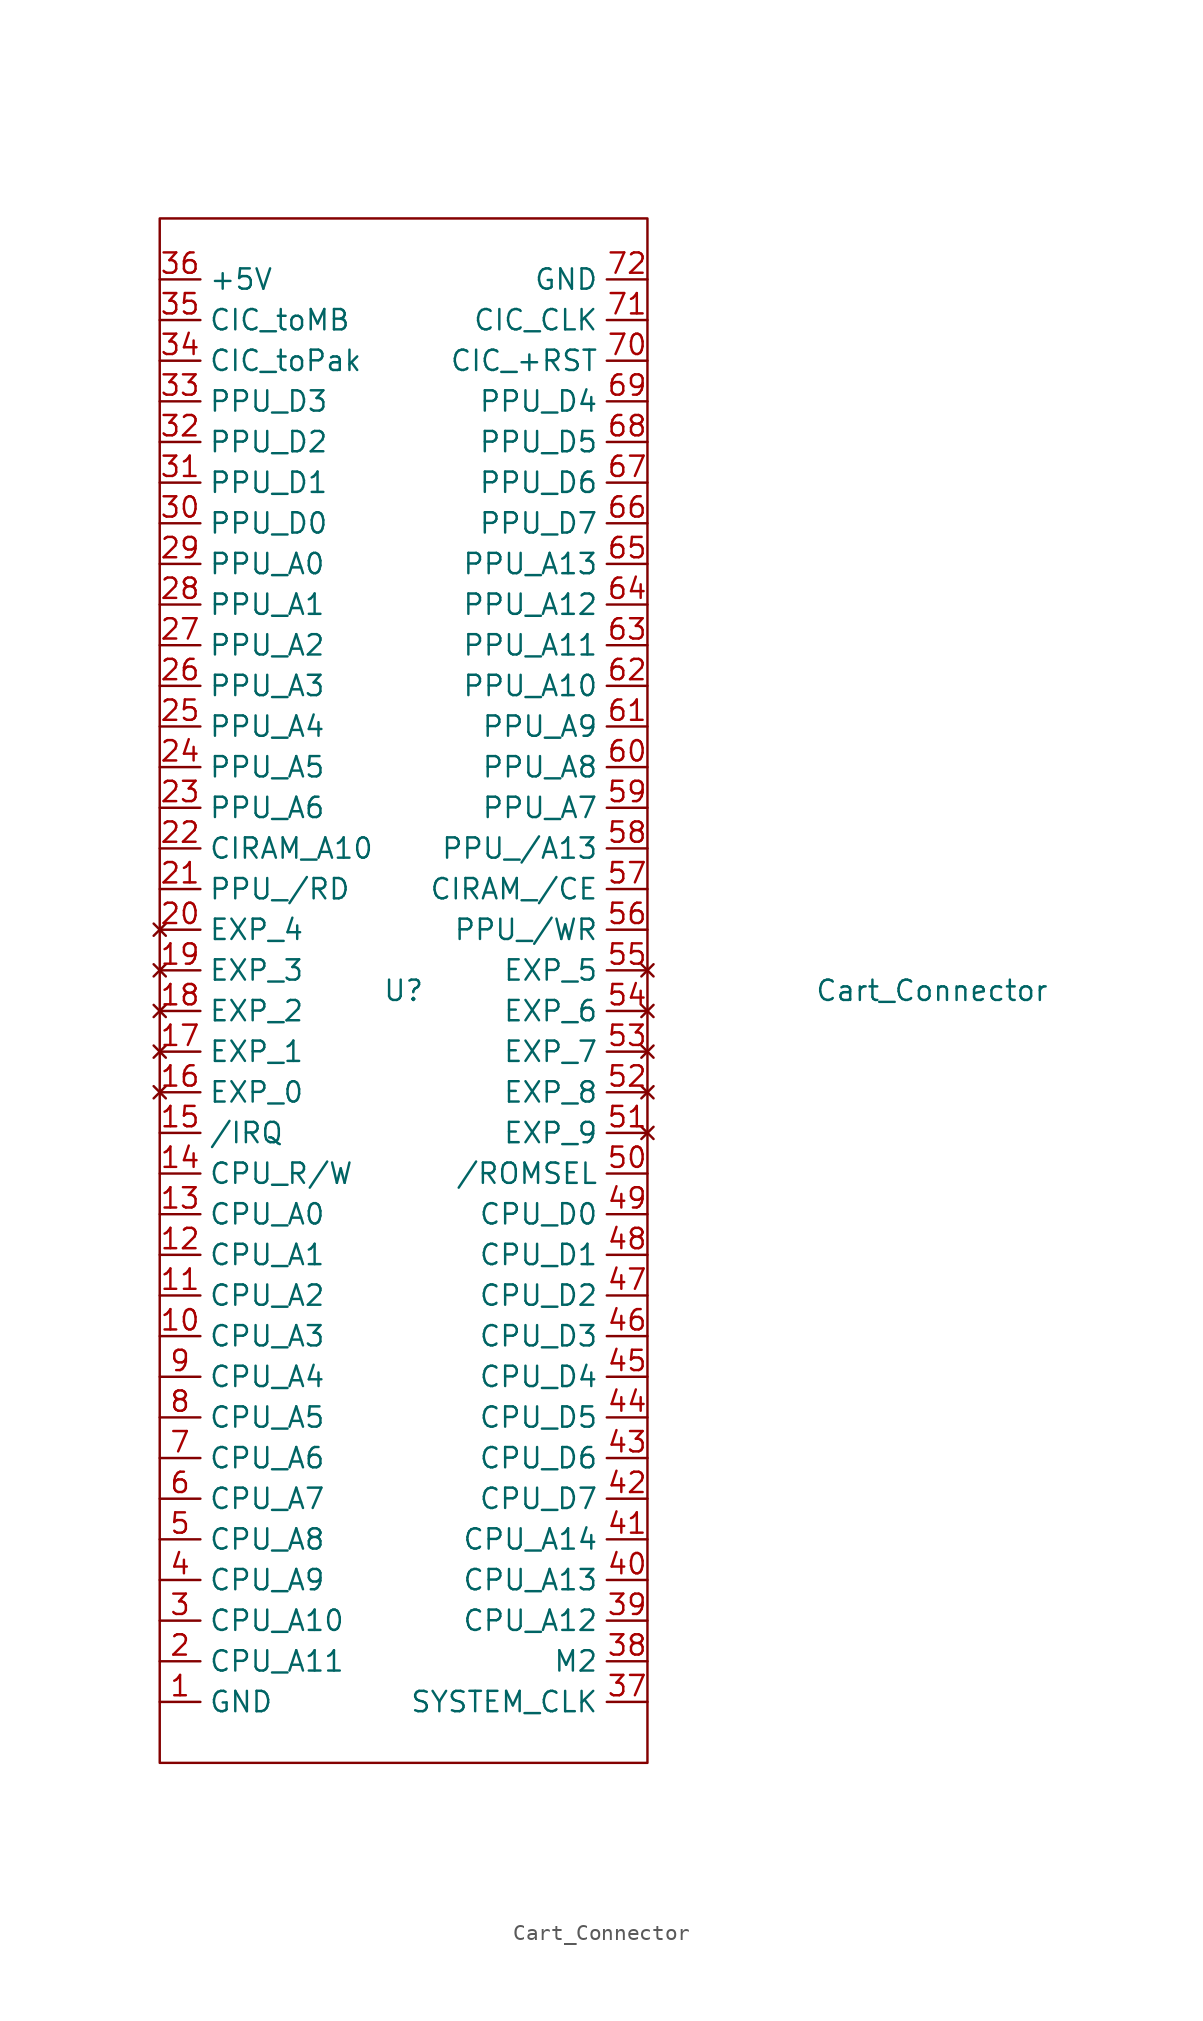
<source format=kicad_sym>
(kicad_symbol_lib
  (version 20241209)
  (generator "kicad_symbol_editor")
  (generator_version "9.0")
  (symbol "Cart_Connector"
    (property "Reference" "U"
      (at 0 0 0)
      (effects (font (size 1.27 1.27))))
    (property "Value" "Cart_Connector"
      (at 33.02 0 0)
      (effects (font (size 1.27 1.27))))
    (symbol "Cart_Connector_0_1"
      (rectangle (start -15.24 48.26) (end 15.24 -48.26) (stroke (width 0) (type default)) (fill (type none))))
    (symbol "Cart_Connector_1_1"
      (pin power_in line (at -15.24 44.45 0) (length 2.54) (name "+5V" (effects (font (size 1.27 1.27)))) (number "36" (effects (font (size 1.27 1.27)))))
      (pin output line (at -15.24 41.91 0) (length 2.54) (name "CIC_toMB" (effects (font (size 1.27 1.27)))) (number "35" (effects (font (size 1.27 1.27)))))
      (pin input line (at -15.24 39.37 0) (length 2.54) (name "CIC_toPak" (effects (font (size 1.27 1.27)))) (number "34" (effects (font (size 1.27 1.27)))))
      (pin bidirectional line (at -15.24 36.83 0) (length 2.54) (name "PPU_D3" (effects (font (size 1.27 1.27)))) (number "33" (effects (font (size 1.27 1.27)))))
      (pin bidirectional line (at -15.24 34.29 0) (length 2.54) (name "PPU_D2" (effects (font (size 1.27 1.27)))) (number "32" (effects (font (size 1.27 1.27)))))
      (pin bidirectional line (at -15.24 31.75 0) (length 2.54) (name "PPU_D1" (effects (font (size 1.27 1.27)))) (number "31" (effects (font (size 1.27 1.27)))))
      (pin bidirectional line (at -15.24 29.21 0) (length 2.54) (name "PPU_D0" (effects (font (size 1.27 1.27)))) (number "30" (effects (font (size 1.27 1.27)))))
      (pin input line (at -15.24 26.67 0) (length 2.54) (name "PPU_A0" (effects (font (size 1.27 1.27)))) (number "29" (effects (font (size 1.27 1.27)))))
      (pin input line (at -15.24 24.13 0) (length 2.54) (name "PPU_A1" (effects (font (size 1.27 1.27)))) (number "28" (effects (font (size 1.27 1.27)))))
      (pin input line (at -15.24 21.59 0) (length 2.54) (name "PPU_A2" (effects (font (size 1.27 1.27)))) (number "27" (effects (font (size 1.27 1.27)))))
      (pin input line (at -15.24 19.05 0) (length 2.54) (name "PPU_A3" (effects (font (size 1.27 1.27)))) (number "26" (effects (font (size 1.27 1.27)))))
      (pin input line (at -15.24 16.51 0) (length 2.54) (name "PPU_A4" (effects (font (size 1.27 1.27)))) (number "25" (effects (font (size 1.27 1.27)))))
      (pin input line (at -15.24 13.97 0) (length 2.54) (name "PPU_A5" (effects (font (size 1.27 1.27)))) (number "24" (effects (font (size 1.27 1.27)))))
      (pin input line (at -15.24 11.43 0) (length 2.54) (name "PPU_A6" (effects (font (size 1.27 1.27)))) (number "23" (effects (font (size 1.27 1.27)))))
      (pin output line (at -15.24 8.89 0) (length 2.54) (name "CIRAM_A10" (effects (font (size 1.27 1.27)))) (number "22" (effects (font (size 1.27 1.27)))))
      (pin input line (at -15.24 6.35 0) (length 2.54) (name "PPU_/RD" (effects (font (size 1.27 1.27)))) (number "21" (effects (font (size 1.27 1.27)))))
      (pin no_connect line (at -15.24 3.81 0) (length 2.54) (name "EXP_4" (effects (font (size 1.27 1.27)))) (number "20" (effects (font (size 1.27 1.27)))))
      (pin no_connect line (at -15.24 1.27 0) (length 2.54) (name "EXP_3" (effects (font (size 1.27 1.27)))) (number "19" (effects (font (size 1.27 1.27)))))
      (pin no_connect line (at -15.24 -1.27 0) (length 2.54) (name "EXP_2" (effects (font (size 1.27 1.27)))) (number "18" (effects (font (size 1.27 1.27)))))
      (pin no_connect line (at -15.24 -3.81 0) (length 2.54) (name "EXP_1" (effects (font (size 1.27 1.27)))) (number "17" (effects (font (size 1.27 1.27)))))
      (pin no_connect line (at -15.24 -6.35 0) (length 2.54) (name "EXP_0" (effects (font (size 1.27 1.27)))) (number "16" (effects (font (size 1.27 1.27)))))
      (pin output line (at -15.24 -8.89 0) (length 2.54) (name "/IRQ" (effects (font (size 1.27 1.27)))) (number "15" (effects (font (size 1.27 1.27)))))
      (pin input line (at -15.24 -11.43 0) (length 2.54) (name "CPU_R/W" (effects (font (size 1.27 1.27)))) (number "14" (effects (font (size 1.27 1.27)))))
      (pin input line (at -15.24 -13.97 0) (length 2.54) (name "CPU_A0" (effects (font (size 1.27 1.27)))) (number "13" (effects (font (size 1.27 1.27)))))
      (pin input line (at -15.24 -16.51 0) (length 2.54) (name "CPU_A1" (effects (font (size 1.27 1.27)))) (number "12" (effects (font (size 1.27 1.27)))))
      (pin input line (at -15.24 -19.05 0) (length 2.54) (name "CPU_A2" (effects (font (size 1.27 1.27)))) (number "11" (effects (font (size 1.27 1.27)))))
      (pin input line (at -15.24 -21.59 0) (length 2.54) (name "CPU_A3" (effects (font (size 1.27 1.27)))) (number "10" (effects (font (size 1.27 1.27)))))
      (pin input line (at -15.24 -24.13 0) (length 2.54) (name "CPU_A4" (effects (font (size 1.27 1.27)))) (number "9" (effects (font (size 1.27 1.27)))))
      (pin input line (at -15.24 -26.67 0) (length 2.54) (name "CPU_A5" (effects (font (size 1.27 1.27)))) (number "8" (effects (font (size 1.27 1.27)))))
      (pin input line (at -15.24 -29.21 0) (length 2.54) (name "CPU_A6" (effects (font (size 1.27 1.27)))) (number "7" (effects (font (size 1.27 1.27)))))
      (pin input line (at -15.24 -31.75 0) (length 2.54) (name "CPU_A7" (effects (font (size 1.27 1.27)))) (number "6" (effects (font (size 1.27 1.27)))))
      (pin input line (at -15.24 -34.29 0) (length 2.54) (name "CPU_A8" (effects (font (size 1.27 1.27)))) (number "5" (effects (font (size 1.27 1.27)))))
      (pin input line (at -15.24 -36.83 0) (length 2.54) (name "CPU_A9" (effects (font (size 1.27 1.27)))) (number "4" (effects (font (size 1.27 1.27)))))
      (pin input line (at -15.24 -39.37 0) (length 2.54) (name "CPU_A10" (effects (font (size 1.27 1.27)))) (number "3" (effects (font (size 1.27 1.27)))))
      (pin input line (at -15.24 -41.91 0) (length 2.54) (name "CPU_A11" (effects (font (size 1.27 1.27)))) (number "2" (effects (font (size 1.27 1.27)))))
      (pin power_in line (at -15.24 -44.45 0) (length 2.54) (name "GND" (effects (font (size 1.27 1.27)))) (number "1" (effects (font (size 1.27 1.27)))))
      (pin power_in line (at 15.24 44.45 180) (length 2.54) (name "GND" (effects (font (size 1.27 1.27)))) (number "72" (effects (font (size 1.27 1.27)))))
      (pin input line (at 15.24 41.91 180) (length 2.54) (name "CIC_CLK" (effects (font (size 1.27 1.27)))) (number "71" (effects (font (size 1.27 1.27)))))
      (pin input line (at 15.24 39.37 180) (length 2.54) (name "CIC_+RST" (effects (font (size 1.27 1.27)))) (number "70" (effects (font (size 1.27 1.27)))))
      (pin bidirectional line (at 15.24 36.83 180) (length 2.54) (name "PPU_D4" (effects (font (size 1.27 1.27)))) (number "69" (effects (font (size 1.27 1.27)))))
      (pin bidirectional line (at 15.24 34.29 180) (length 2.54) (name "PPU_D5" (effects (font (size 1.27 1.27)))) (number "68" (effects (font (size 1.27 1.27)))))
      (pin bidirectional line (at 15.24 31.75 180) (length 2.54) (name "PPU_D6" (effects (font (size 1.27 1.27)))) (number "67" (effects (font (size 1.27 1.27)))))
      (pin bidirectional line (at 15.24 29.21 180) (length 2.54) (name "PPU_D7" (effects (font (size 1.27 1.27)))) (number "66" (effects (font (size 1.27 1.27)))))
      (pin input line (at 15.24 26.67 180) (length 2.54) (name "PPU_A13" (effects (font (size 1.27 1.27)))) (number "65" (effects (font (size 1.27 1.27)))))
      (pin input line (at 15.24 24.13 180) (length 2.54) (name "PPU_A12" (effects (font (size 1.27 1.27)))) (number "64" (effects (font (size 1.27 1.27)))))
      (pin input line (at 15.24 21.59 180) (length 2.54) (name "PPU_A11" (effects (font (size 1.27 1.27)))) (number "63" (effects (font (size 1.27 1.27)))))
      (pin input line (at 15.24 19.05 180) (length 2.54) (name "PPU_A10" (effects (font (size 1.27 1.27)))) (number "62" (effects (font (size 1.27 1.27)))))
      (pin input line (at 15.24 16.51 180) (length 2.54) (name "PPU_A9" (effects (font (size 1.27 1.27)))) (number "61" (effects (font (size 1.27 1.27)))))
      (pin input line (at 15.24 13.97 180) (length 2.54) (name "PPU_A8" (effects (font (size 1.27 1.27)))) (number "60" (effects (font (size 1.27 1.27)))))
      (pin input line (at 15.24 11.43 180) (length 2.54) (name "PPU_A7" (effects (font (size 1.27 1.27)))) (number "59" (effects (font (size 1.27 1.27)))))
      (pin input line (at 15.24 8.89 180) (length 2.54) (name "PPU_/A13" (effects (font (size 1.27 1.27)))) (number "58" (effects (font (size 1.27 1.27)))))
      (pin output line (at 15.24 6.35 180) (length 2.54) (name "CIRAM_/CE" (effects (font (size 1.27 1.27)))) (number "57" (effects (font (size 1.27 1.27)))))
      (pin input line (at 15.24 3.81 180) (length 2.54) (name "PPU_/WR" (effects (font (size 1.27 1.27)))) (number "56" (effects (font (size 1.27 1.27)))))
      (pin no_connect line (at 15.24 1.27 180) (length 2.54) (name "EXP_5" (effects (font (size 1.27 1.27)))) (number "55" (effects (font (size 1.27 1.27)))))
      (pin no_connect line (at 15.24 -1.27 180) (length 2.54) (name "EXP_6" (effects (font (size 1.27 1.27)))) (number "54" (effects (font (size 1.27 1.27)))))
      (pin no_connect line (at 15.24 -3.81 180) (length 2.54) (name "EXP_7" (effects (font (size 1.27 1.27)))) (number "53" (effects (font (size 1.27 1.27)))))
      (pin no_connect line (at 15.24 -6.35 180) (length 2.54) (name "EXP_8" (effects (font (size 1.27 1.27)))) (number "52" (effects (font (size 1.27 1.27)))))
      (pin no_connect line (at 15.24 -8.89 180) (length 2.54) (name "EXP_9" (effects (font (size 1.27 1.27)))) (number "51" (effects (font (size 1.27 1.27)))))
      (pin input line (at 15.24 -11.43 180) (length 2.54) (name "/ROMSEL" (effects (font (size 1.27 1.27)))) (number "50" (effects (font (size 1.27 1.27)))))
      (pin bidirectional line (at 15.24 -13.97 180) (length 2.54) (name "CPU_D0" (effects (font (size 1.27 1.27)))) (number "49" (effects (font (size 1.27 1.27)))))
      (pin bidirectional line (at 15.24 -16.51 180) (length 2.54) (name "CPU_D1" (effects (font (size 1.27 1.27)))) (number "48" (effects (font (size 1.27 1.27)))))
      (pin bidirectional line (at 15.24 -19.05 180) (length 2.54) (name "CPU_D2" (effects (font (size 1.27 1.27)))) (number "47" (effects (font (size 1.27 1.27)))))
      (pin bidirectional line (at 15.24 -21.59 180) (length 2.54) (name "CPU_D3" (effects (font (size 1.27 1.27)))) (number "46" (effects (font (size 1.27 1.27)))))
      (pin bidirectional line (at 15.24 -24.13 180) (length 2.54) (name "CPU_D4" (effects (font (size 1.27 1.27)))) (number "45" (effects (font (size 1.27 1.27)))))
      (pin bidirectional line (at 15.24 -26.67 180) (length 2.54) (name "CPU_D5" (effects (font (size 1.27 1.27)))) (number "44" (effects (font (size 1.27 1.27)))))
      (pin bidirectional line (at 15.24 -29.21 180) (length 2.54) (name "CPU_D6" (effects (font (size 1.27 1.27)))) (number "43" (effects (font (size 1.27 1.27)))))
      (pin bidirectional line (at 15.24 -31.75 180) (length 2.54) (name "CPU_D7" (effects (font (size 1.27 1.27)))) (number "42" (effects (font (size 1.27 1.27)))))
      (pin input line (at 15.24 -34.29 180) (length 2.54) (name "CPU_A14" (effects (font (size 1.27 1.27)))) (number "41" (effects (font (size 1.27 1.27)))))
      (pin input line (at 15.24 -36.83 180) (length 2.54) (name "CPU_A13" (effects (font (size 1.27 1.27)))) (number "40" (effects (font (size 1.27 1.27)))))
      (pin input line (at 15.24 -39.37 180) (length 2.54) (name "CPU_A12" (effects (font (size 1.27 1.27)))) (number "39" (effects (font (size 1.27 1.27)))))
      (pin input line (at 15.24 -41.91 180) (length 2.54) (name "M2" (effects (font (size 1.27 1.27)))) (number "38" (effects (font (size 1.27 1.27)))))
      (pin input line (at 15.24 -44.45 180) (length 2.54) (name "SYSTEM_CLK" (effects (font (size 1.27 1.27)))) (number "37" (effects (font (size 1.27 1.27))))))))
</source>
